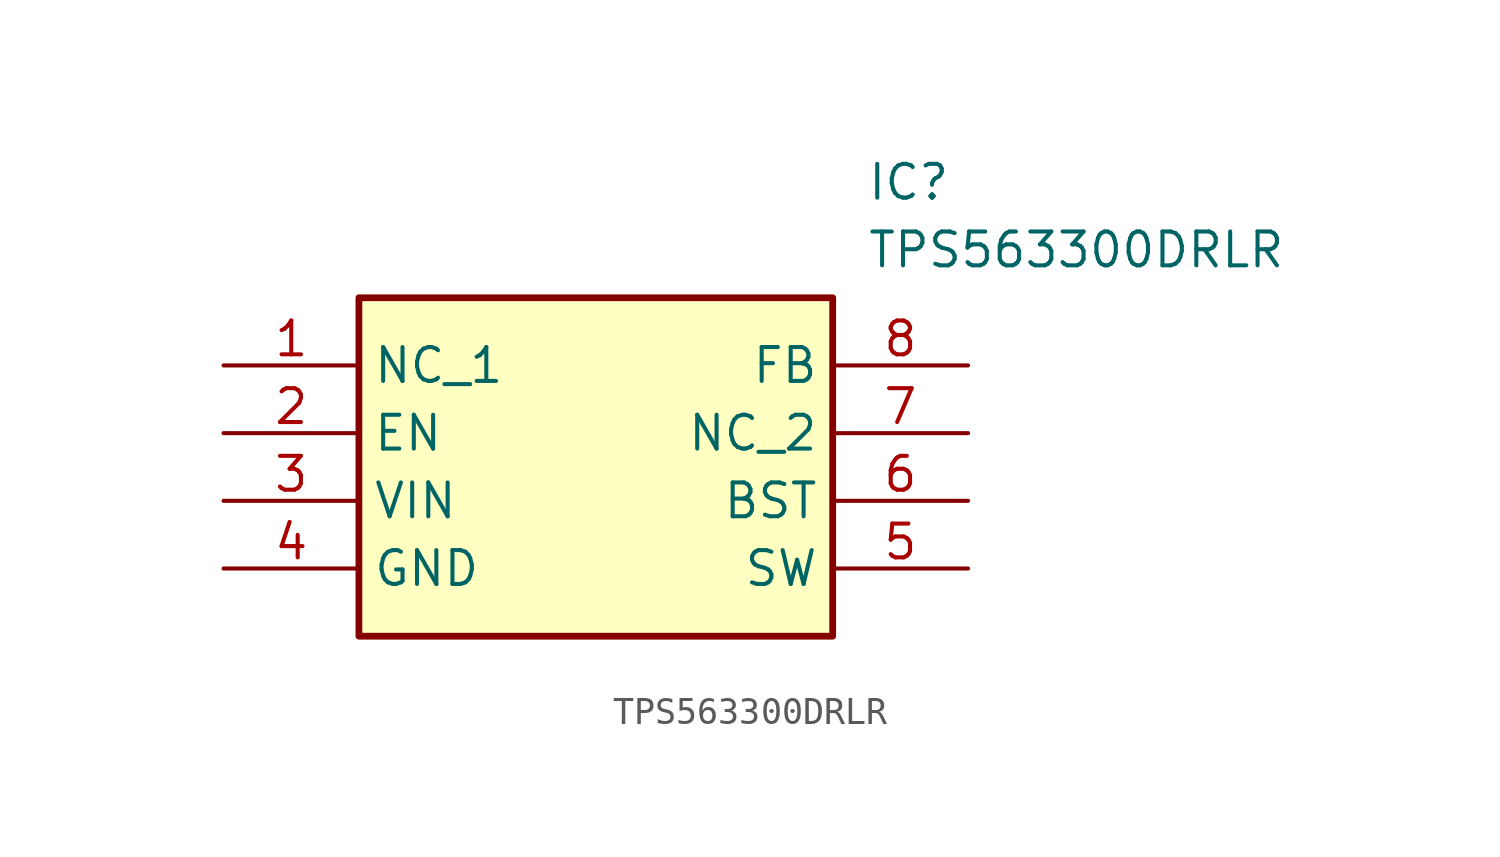
<source format=kicad_sym>
(kicad_symbol_lib
  (version 20211014)
  (generator SamacSys_ECAD_Model)
  (symbol "TPS563300DRLR"
    (property "Reference" "IC"
      (at 24.13 7.62 0)
      (effects (font (size 1.27 1.27)) (justify left top)))
    (property "Value" "TPS563300DRLR"
      (at 24.13 5.08 0)
      (effects (font (size 1.27 1.27)) (justify left top)))
    (rectangle
      (start 5.08 2.54)
      (end 22.86 -10.16)
      (stroke (width 0.254) (type default))
      (fill (type background)))
    (pin passive line
      (at 0 0 0)
      (length 5.08)
      (name "NC_1" (effects (font (size 1.27 1.27))))
      (number "1" (effects (font (size 1.27 1.27)))))
    (pin passive line
      (at 0 -2.54 0)
      (length 5.08)
      (name "EN" (effects (font (size 1.27 1.27))))
      (number "2" (effects (font (size 1.27 1.27)))))
    (pin passive line
      (at 0 -5.08 0)
      (length 5.08)
      (name "VIN" (effects (font (size 1.27 1.27))))
      (number "3" (effects (font (size 1.27 1.27)))))
    (pin passive line
      (at 0 -7.62 0)
      (length 5.08)
      (name "GND" (effects (font (size 1.27 1.27))))
      (number "4" (effects (font (size 1.27 1.27)))))
    (pin passive line
      (at 27.94 -7.62 180)
      (length 5.08)
      (name "SW" (effects (font (size 1.27 1.27))))
      (number "5" (effects (font (size 1.27 1.27)))))
    (pin passive line
      (at 27.94 -5.08 180)
      (length 5.08)
      (name "BST" (effects (font (size 1.27 1.27))))
      (number "6" (effects (font (size 1.27 1.27)))))
    (pin passive line
      (at 27.94 -2.54 180)
      (length 5.08)
      (name "NC_2" (effects (font (size 1.27 1.27))))
      (number "7" (effects (font (size 1.27 1.27)))))
    (pin passive line
      (at 27.94 0 180)
      (length 5.08)
      (name "FB" (effects (font (size 1.27 1.27))))
      (number "8" (effects (font (size 1.27 1.27)))))))
</source>
